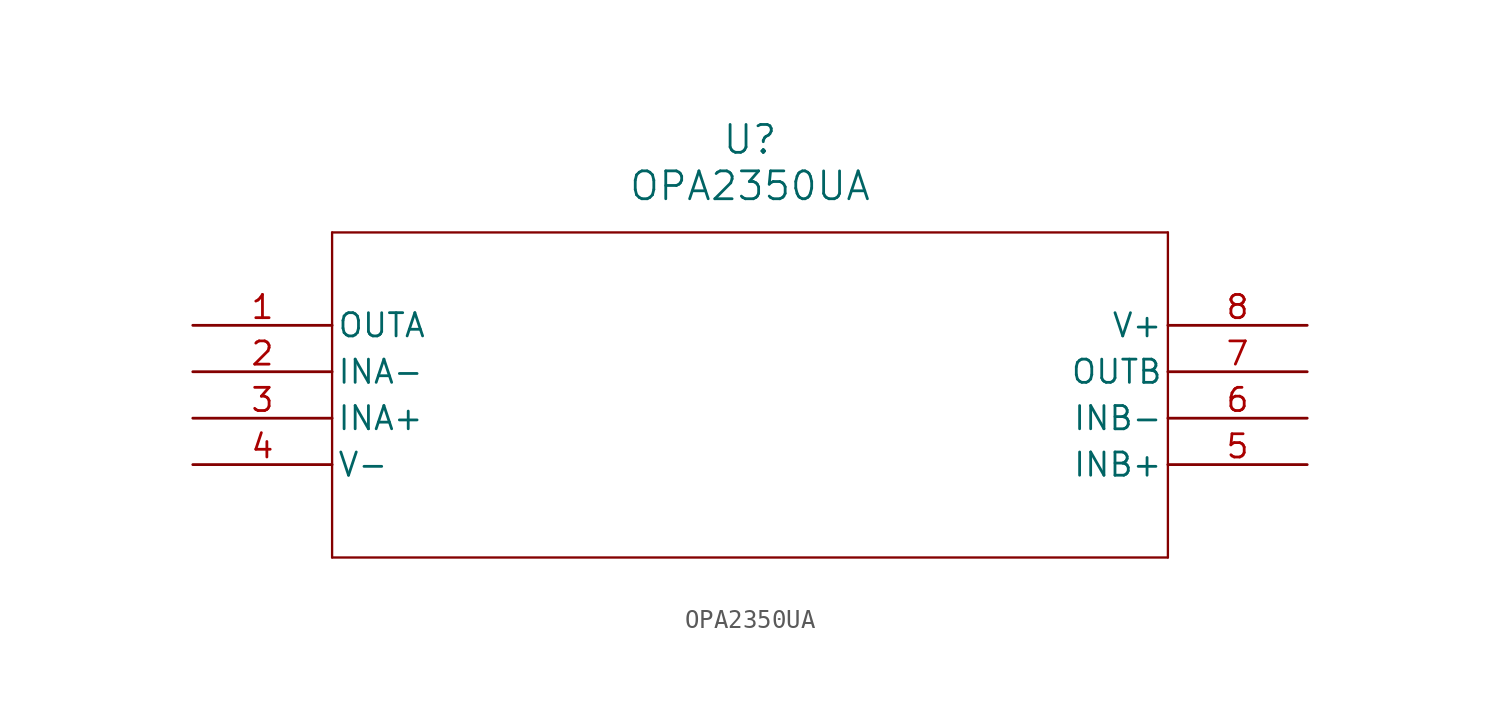
<source format=kicad_sym>
(kicad_symbol_lib
  (version 20211014)
  (generator kicad_symbol_editor)
  (symbol "OPA2350UA"
    (pin_names
      (offset 0.254))
    (property "Reference" "U"
      (at 30.48 10.16 0)
      (effects (font (size 1.524 1.524))))
    (property "Value" "OPA2350UA"
      (at 30.48 7.62 0)
      (effects (font (size 1.524 1.524))))
    (symbol "OPA2350UA_0_1"
      (polyline (pts (xy 7.62 5.08) (xy 7.62 -12.7)) (stroke (width 0.127) (type default) (color 0 0 0 0)) (fill (type none)))
      (polyline (pts (xy 7.62 -12.7) (xy 53.34 -12.7)) (stroke (width 0.127) (type default) (color 0 0 0 0)) (fill (type none)))
      (polyline (pts (xy 53.34 -12.7) (xy 53.34 5.08)) (stroke (width 0.127) (type default) (color 0 0 0 0)) (fill (type none)))
      (polyline (pts (xy 53.34 5.08) (xy 7.62 5.08)) (stroke (width 0.127) (type default) (color 0 0 0 0)) (fill (type none)))
      (pin output line (at 0 0 0) (length 7.62) (name "OUTA" (effects (font (size 1.27 1.27)))) (number "1" (effects (font (size 1.27 1.27)))))
      (pin input line (at 0 -2.54 0) (length 7.62) (name "INA-" (effects (font (size 1.27 1.27)))) (number "2" (effects (font (size 1.27 1.27)))))
      (pin input line (at 0 -5.08 0) (length 7.62) (name "INA+" (effects (font (size 1.27 1.27)))) (number "3" (effects (font (size 1.27 1.27)))))
      (pin power_in line (at 0 -7.62 0) (length 7.62) (name "V-" (effects (font (size 1.27 1.27)))) (number "4" (effects (font (size 1.27 1.27)))))
      (pin input line (at 60.96 -7.62 180) (length 7.62) (name "INB+" (effects (font (size 1.27 1.27)))) (number "5" (effects (font (size 1.27 1.27)))))
      (pin input line (at 60.96 -5.08 180) (length 7.62) (name "INB-" (effects (font (size 1.27 1.27)))) (number "6" (effects (font (size 1.27 1.27)))))
      (pin output line (at 60.96 -2.54 180) (length 7.62) (name "OUTB" (effects (font (size 1.27 1.27)))) (number "7" (effects (font (size 1.27 1.27)))))
      (pin power_in line (at 60.96 0 180) (length 7.62) (name "V+" (effects (font (size 1.27 1.27)))) (number "8" (effects (font (size 1.27 1.27))))))))
</source>
